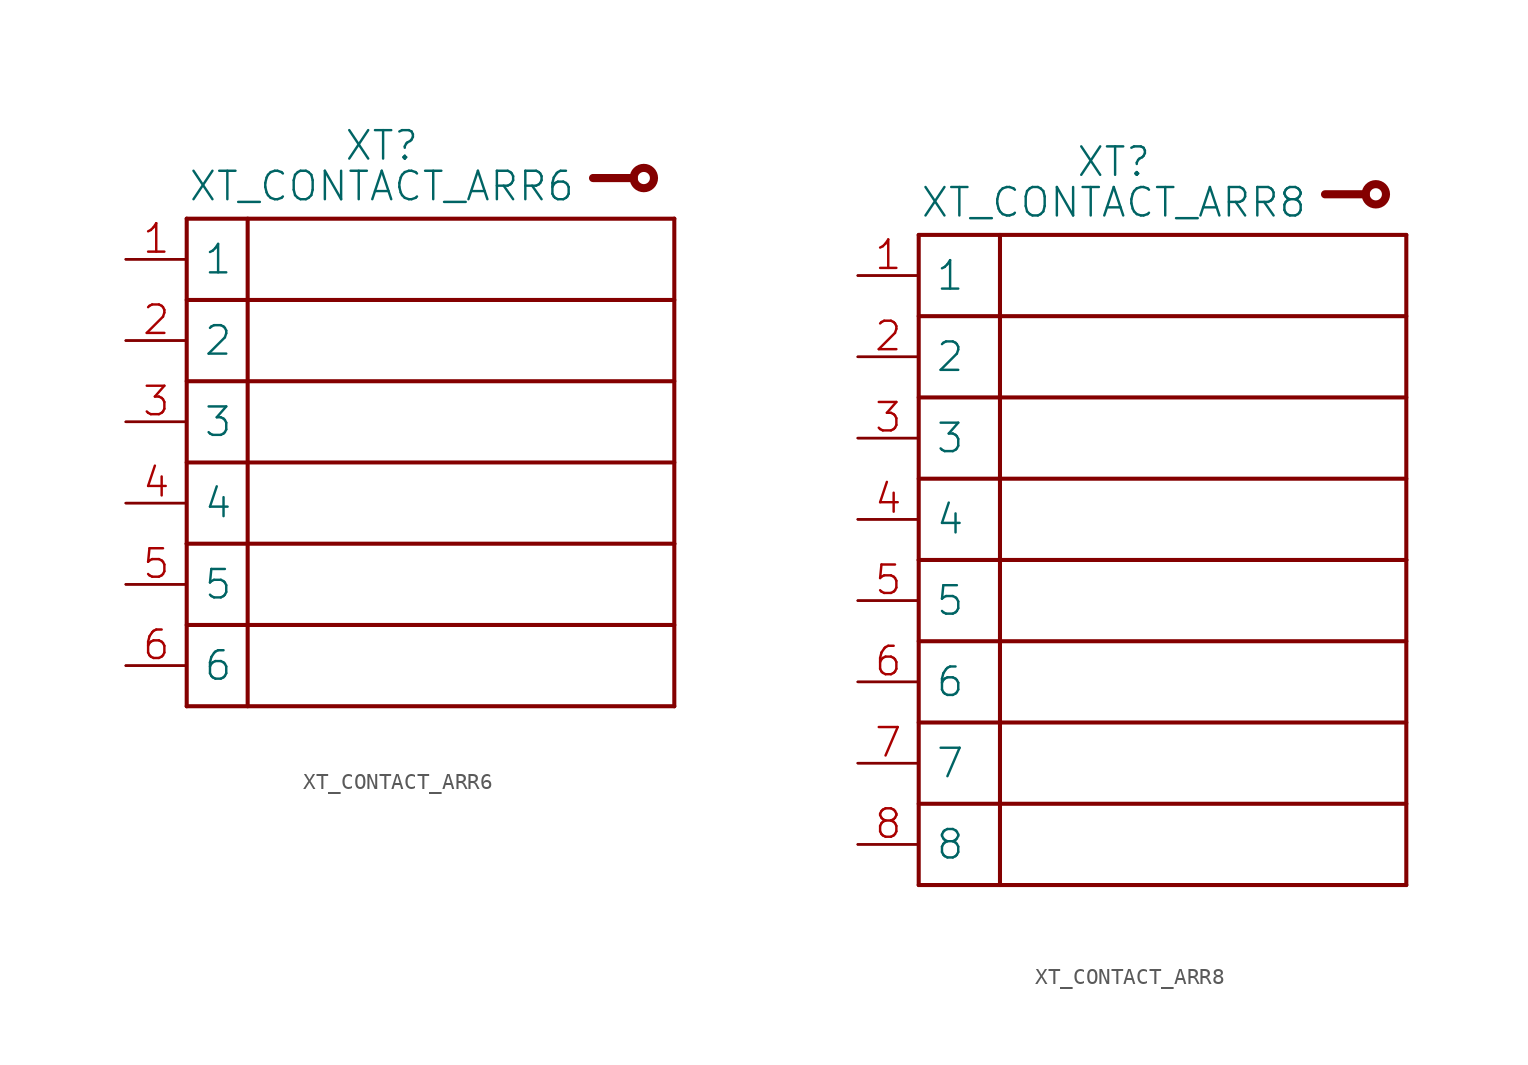
<source format=kicad_sym>
(kicad_symbol_lib
  (version 20211014)
  (generator kicad_symbol_editor)
  (symbol "XT_CONTACT_ARR6"
    (pin_names
      (offset 1.016))
    (property "Reference" "XT"
      (at -1.778 14.732 0)
      (effects (font (size 1.778 1.778))))
    (property "Value" "XT_CONTACT_ARR6"
      (at -1.778 12.192 0)
      (effects (font (size 1.778 1.778))))
    (symbol "XT_CONTACT_ARR6_0_1"
      (polyline (pts (xy -13.97 -10.16) (xy -13.97 -20.32)) (stroke (width 0.254) (type default) (color 0 0 0 0)) (fill (type none)))
      (polyline (pts (xy -10.16 -10.16) (xy -10.16 -20.32)) (stroke (width 0.254) (type default) (color 0 0 0 0)) (fill (type none)))
      (polyline (pts (xy 16.51 -20.32) (xy 16.51 -10.16)) (stroke (width 0.254) (type default) (color 0 0 0 0)) (fill (type none)))
      (pin passive line (at -17.78 2.54 0) (length 3.81) (name "2" (effects (font (size 1.778 1.778)))) (number "2" (effects (font (size 1.778 1.778))))))
    (symbol "XT_CONTACT_ARR6_1_1"
      (polyline (pts (xy -17.78 -17.78) (xy -13.97 -17.78)) (stroke (width 0) (type default) (color 0 0 0 0)) (fill (type none)))
      (polyline (pts (xy -17.78 -12.7) (xy -13.97 -12.7)) (stroke (width 0) (type default) (color 0 0 0 0)) (fill (type none)))
      (polyline (pts (xy -17.78 -7.62) (xy -13.97 -7.62)) (stroke (width 0) (type default) (color 0 0 0 0)) (fill (type none)))
      (polyline (pts (xy -17.78 -2.54) (xy -13.97 -2.54)) (stroke (width 0) (type default) (color 0 0 0 0)) (fill (type none)))
      (polyline (pts (xy -17.78 2.54) (xy -13.97 2.54)) (stroke (width 0) (type default) (color 0 0 0 0)) (fill (type none)))
      (polyline (pts (xy -17.78 7.62) (xy -13.97 7.62)) (stroke (width 0) (type default) (color 0 0 0 0)) (fill (type none)))
      (polyline (pts (xy -13.97 -20.32) (xy 16.51 -20.32)) (stroke (width 0.254) (type default) (color 0 0 0 0)) (fill (type none)))
      (polyline (pts (xy -13.97 -15.24) (xy 16.51 -15.24)) (stroke (width 0.254) (type default) (color 0 0 0 0)) (fill (type none)))
      (polyline (pts (xy -13.97 -10.16) (xy 16.51 -10.16)) (stroke (width 0.254) (type default) (color 0 0 0 0)) (fill (type none)))
      (polyline (pts (xy -13.97 -5.08) (xy 16.51 -5.08)) (stroke (width 0.254) (type default) (color 0 0 0 0)) (fill (type none)))
      (polyline (pts (xy -13.97 0) (xy 16.51 0)) (stroke (width 0.254) (type default) (color 0 0 0 0)) (fill (type none)))
      (polyline (pts (xy -13.97 5.08) (xy 16.51 5.08)) (stroke (width 0.254) (type default) (color 0 0 0 0)) (fill (type none)))
      (polyline (pts (xy -13.97 10.16) (xy -13.97 -10.16)) (stroke (width 0.254) (type default) (color 0 0 0 0)) (fill (type none)))
      (polyline (pts (xy -13.97 10.16) (xy 16.51 10.16)) (stroke (width 0.254) (type default) (color 0 0 0 0)) (fill (type none)))
      (polyline (pts (xy -10.16 10.16) (xy -10.16 -10.16)) (stroke (width 0.254) (type default) (color 0 0 0 0)) (fill (type none)))
      (polyline (pts (xy 13.97 12.7) (xy 11.43 12.7)) (stroke (width 0.508) (type default) (color 0 0 0 0)) (fill (type none)))
      (polyline (pts (xy 16.51 10.16) (xy 16.51 -10.16)) (stroke (width 0.254) (type default) (color 0 0 0 0)) (fill (type none)))
      (circle (center 14.605 12.7) (radius 0.635) (stroke (width 0.508) (type default) (color 0 0 0 0)) (fill (type none)))
      (pin passive line (at -17.78 7.62 0) (length 3.81) (name "1" (effects (font (size 1.778 1.778)))) (number "1" (effects (font (size 1.778 1.778)))))
      (pin passive line (at -17.78 -2.54 0) (length 3.81) (name "3" (effects (font (size 1.778 1.778)))) (number "3" (effects (font (size 1.778 1.778)))))
      (pin passive line (at -17.78 -7.62 0) (length 3.81) (name "4" (effects (font (size 1.778 1.778)))) (number "4" (effects (font (size 1.778 1.778)))))
      (pin passive line (at -17.78 -12.7 0) (length 3.81) (name "5" (effects (font (size 1.778 1.778)))) (number "5" (effects (font (size 1.778 1.778)))))
      (pin passive line (at -17.78 -17.78 0) (length 3.81) (name "6" (effects (font (size 1.778 1.778)))) (number "6" (effects (font (size 1.778 1.778)))))))
  (symbol "XT_CONTACT_ARR8"
    (pin_names
      (offset 1.016))
    (property "Reference" "XT"
      (at -1.778 14.732 0)
      (effects (font (size 1.778 1.778))))
    (property "Value" "XT_CONTACT_ARR8"
      (at -1.778 12.192 0)
      (effects (font (size 1.778 1.778))))
    (symbol "XT_CONTACT_ARR8_0_1"
      (pin passive line (at -17.78 2.54 0) (length 3.81) (name "2" (effects (font (size 1.778 1.778)))) (number "2" (effects (font (size 1.778 1.778))))))
    (symbol "XT_CONTACT_ARR8_1_1"
      (polyline (pts (xy -17.78 -27.94) (xy -13.97 -27.94)) (stroke (width 0) (type default) (color 0 0 0 0)) (fill (type none)))
      (polyline (pts (xy -17.78 -22.86) (xy -13.97 -22.86)) (stroke (width 0) (type default) (color 0 0 0 0)) (fill (type none)))
      (polyline (pts (xy -17.78 -17.78) (xy -13.97 -17.78)) (stroke (width 0) (type default) (color 0 0 0 0)) (fill (type none)))
      (polyline (pts (xy -17.78 -12.7) (xy -13.97 -12.7)) (stroke (width 0) (type default) (color 0 0 0 0)) (fill (type none)))
      (polyline (pts (xy -17.78 -7.62) (xy -13.97 -7.62)) (stroke (width 0) (type default) (color 0 0 0 0)) (fill (type none)))
      (polyline (pts (xy -17.78 -2.54) (xy -13.97 -2.54)) (stroke (width 0) (type default) (color 0 0 0 0)) (fill (type none)))
      (polyline (pts (xy -17.78 2.54) (xy -13.97 2.54)) (stroke (width 0) (type default) (color 0 0 0 0)) (fill (type none)))
      (polyline (pts (xy -17.78 7.62) (xy -13.97 7.62)) (stroke (width 0) (type default) (color 0 0 0 0)) (fill (type none)))
      (polyline (pts (xy -13.97 -30.48) (xy 16.51 -30.48)) (stroke (width 0.254) (type default) (color 0 0 0 0)) (fill (type none)))
      (polyline (pts (xy -13.97 -25.4) (xy 16.51 -25.4)) (stroke (width 0.254) (type default) (color 0 0 0 0)) (fill (type none)))
      (polyline (pts (xy -13.97 -20.32) (xy 16.51 -20.32)) (stroke (width 0.254) (type default) (color 0 0 0 0)) (fill (type none)))
      (polyline (pts (xy -13.97 -15.24) (xy 16.51 -15.24)) (stroke (width 0.254) (type default) (color 0 0 0 0)) (fill (type none)))
      (polyline (pts (xy -13.97 -10.16) (xy -13.97 -30.48)) (stroke (width 0.254) (type default) (color 0 0 0 0)) (fill (type none)))
      (polyline (pts (xy -13.97 -10.16) (xy 16.51 -10.16)) (stroke (width 0.254) (type default) (color 0 0 0 0)) (fill (type none)))
      (polyline (pts (xy -13.97 -5.08) (xy 16.51 -5.08)) (stroke (width 0.254) (type default) (color 0 0 0 0)) (fill (type none)))
      (polyline (pts (xy -13.97 0) (xy 16.51 0)) (stroke (width 0.254) (type default) (color 0 0 0 0)) (fill (type none)))
      (polyline (pts (xy -13.97 5.08) (xy 16.51 5.08)) (stroke (width 0.254) (type default) (color 0 0 0 0)) (fill (type none)))
      (polyline (pts (xy -13.97 10.16) (xy -13.97 -10.16)) (stroke (width 0.254) (type default) (color 0 0 0 0)) (fill (type none)))
      (polyline (pts (xy -13.97 10.16) (xy 16.51 10.16)) (stroke (width 0.254) (type default) (color 0 0 0 0)) (fill (type none)))
      (polyline (pts (xy -8.89 -10.16) (xy -8.89 -30.48)) (stroke (width 0.254) (type default) (color 0 0 0 0)) (fill (type none)))
      (polyline (pts (xy -8.89 10.16) (xy -8.89 -10.16)) (stroke (width 0.254) (type default) (color 0 0 0 0)) (fill (type none)))
      (polyline (pts (xy 13.97 12.7) (xy 11.43 12.7)) (stroke (width 0.508) (type default) (color 0 0 0 0)) (fill (type none)))
      (polyline (pts (xy 16.51 -10.16) (xy 16.51 -30.48)) (stroke (width 0.254) (type default) (color 0 0 0 0)) (fill (type none)))
      (polyline (pts (xy 16.51 10.16) (xy 16.51 -10.16)) (stroke (width 0.254) (type default) (color 0 0 0 0)) (fill (type none)))
      (circle (center 14.605 12.7) (radius 0.635) (stroke (width 0.508) (type default) (color 0 0 0 0)) (fill (type none)))
      (pin passive line (at -17.78 7.62 0) (length 3.81) (name "1" (effects (font (size 1.778 1.778)))) (number "1" (effects (font (size 1.778 1.778)))))
      (pin passive line (at -17.78 -2.54 0) (length 3.81) (name "3" (effects (font (size 1.778 1.778)))) (number "3" (effects (font (size 1.778 1.778)))))
      (pin passive line (at -17.78 -7.62 0) (length 3.81) (name "4" (effects (font (size 1.778 1.778)))) (number "4" (effects (font (size 1.778 1.778)))))
      (pin passive line (at -17.78 -12.7 0) (length 3.81) (name "5" (effects (font (size 1.778 1.778)))) (number "5" (effects (font (size 1.778 1.778)))))
      (pin passive line (at -17.78 -17.78 0) (length 3.81) (name "6" (effects (font (size 1.778 1.778)))) (number "6" (effects (font (size 1.778 1.778)))))
      (pin passive line (at -17.78 -22.86 0) (length 3.81) (name "7" (effects (font (size 1.778 1.778)))) (number "7" (effects (font (size 1.778 1.778)))))
      (pin passive line (at -17.78 -27.94 0) (length 3.81) (name "8" (effects (font (size 1.778 1.778)))) (number "8" (effects (font (size 1.778 1.778))))))))
</source>
